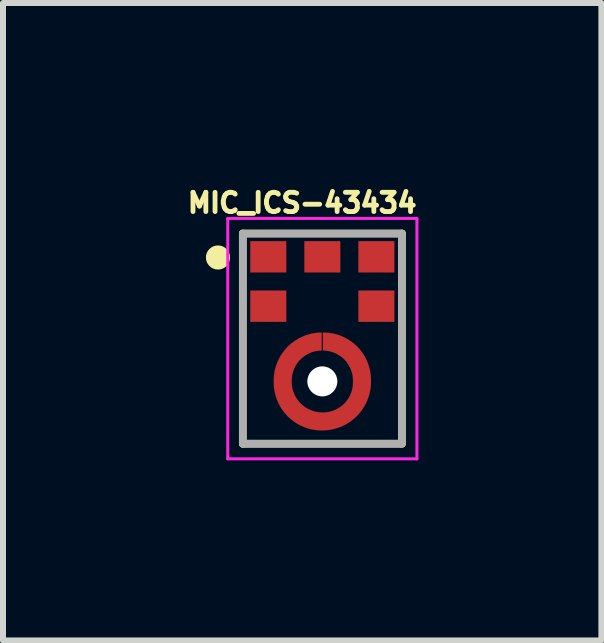
<source format=kicad_pcb>
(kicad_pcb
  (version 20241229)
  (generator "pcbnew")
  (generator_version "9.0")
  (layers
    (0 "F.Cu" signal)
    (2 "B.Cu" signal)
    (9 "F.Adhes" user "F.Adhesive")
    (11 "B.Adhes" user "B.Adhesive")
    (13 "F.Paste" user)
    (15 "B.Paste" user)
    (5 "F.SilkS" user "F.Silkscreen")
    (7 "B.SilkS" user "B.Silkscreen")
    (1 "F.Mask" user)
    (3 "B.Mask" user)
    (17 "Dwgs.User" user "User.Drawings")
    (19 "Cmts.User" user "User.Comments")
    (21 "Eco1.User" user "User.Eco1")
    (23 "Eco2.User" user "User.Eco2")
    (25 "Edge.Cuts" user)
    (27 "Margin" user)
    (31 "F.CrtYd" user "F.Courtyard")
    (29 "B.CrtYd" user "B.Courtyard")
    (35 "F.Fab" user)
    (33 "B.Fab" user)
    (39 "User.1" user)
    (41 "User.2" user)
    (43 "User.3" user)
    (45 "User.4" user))
  (footprint "MIC_ICS-43434"
    (layer "F.Cu")
    (at 2.318 2.588)
    (property "Reference" "MIC_ICS-43434" (at -0.335 -2.259 0) (layer "F.SilkS") (effects (font (size 0.321 0.321) (thickness 0.15))))
    (attr through_hole)
    (fp_poly (pts (xy -0.01 -0.1) (xy -0.01 0.2) (xy -0.036 0.201) (xy -0.062 0.203) (xy -0.088 0.206) (xy -0.114 0.211) (xy -0.139 0.217) (xy -0.165 0.224) (xy -0.189 0.233) (xy -0.213 0.243) (xy -0.237 0.254) (xy -0.26 0.267) (xy -0.282 0.281) (xy -0.304 0.295) (xy -0.325 0.311) (xy -0.345 0.328) (xy -0.364 0.346) (xy -0.382 0.365) (xy -0.399 0.385) (xy -0.415 0.406) (xy -0.429 0.428) (xy -0.443 0.45) (xy -0.456 0.473) (xy -0.467 0.497) (xy -0.477 0.521) (xy -0.486 0.545) (xy -0.493 0.571) (xy -0.499 0.596) (xy -0.504 0.622) (xy -0.507 0.648) (xy -0.509 0.674) (xy -0.51 0.7) (xy -0.51 0.72) (xy -0.509 0.747) (xy -0.507 0.773) (xy -0.504 0.8) (xy -0.499 0.826) (xy -0.493 0.852) (xy -0.485 0.878) (xy -0.476 0.903) (xy -0.466 0.927) (xy -0.454 0.952) (xy -0.442 0.975) (xy -0.428 0.998) (xy -0.413 1.02) (xy -0.396 1.041) (xy -0.379 1.061) (xy -0.361 1.081) (xy -0.341 1.099) (xy -0.321 1.116) (xy -0.3 1.133) (xy -0.278 1.148) (xy -0.255 1.162) (xy -0.232 1.174) (xy -0.207 1.186) (xy -0.183 1.196) (xy -0.158 1.205) (xy -0.132 1.213) (xy -0.106 1.219) (xy -0.08 1.224) (xy -0.053 1.227) (xy -0.027 1.229) (xy 0 1.23) (xy 0.01 1.23) (xy 0.036 1.229) (xy 0.062 1.227) (xy 0.088 1.224) (xy 0.114 1.219) (xy 0.139 1.213) (xy 0.165 1.206) (xy 0.189 1.197) (xy 0.213 1.187) (xy 0.237 1.176) (xy 0.26 1.163) (xy 0.282 1.149) (xy 0.304 1.135) (xy 0.325 1.119) (xy 0.345 1.102) (xy 0.364 1.084) (xy 0.382 1.065) (xy 0.399 1.045) (xy 0.415 1.024) (xy 0.429 1.002) (xy 0.443 0.98) (xy 0.456 0.957) (xy 0.467 0.933) (xy 0.477 0.909) (xy 0.486 0.885) (xy 0.493 0.859) (xy 0.499 0.834) (xy 0.504 0.808) (xy 0.507 0.782) (xy 0.509 0.756) (xy 0.51 0.73) (xy 0.51 0.7) (xy 0.509 0.674) (xy 0.507 0.648) (xy 0.504 0.622) (xy 0.499 0.596) (xy 0.493 0.571) (xy 0.486 0.545) (xy 0.477 0.521) (xy 0.467 0.497) (xy 0.456 0.473) (xy 0.443 0.45) (xy 0.429 0.428) (xy 0.415 0.406) (xy 0.399 0.385) (xy 0.382 0.365) (xy 0.364 0.346) (xy 0.345 0.328) (xy 0.325 0.311) (xy 0.304 0.295) (xy 0.282 0.281) (xy 0.26 0.267) (xy 0.237 0.254) (xy 0.213 0.243) (xy 0.189 0.233) (xy 0.165 0.224) (xy 0.139 0.217) (xy 0.114 0.211) (xy 0.088 0.206) (xy 0.062 0.203) (xy 0.036 0.201) (xy 0.01 0.2) (xy 0.01 -0.1) (xy 0.02 -0.1) (xy 0.061 -0.099) (xy 0.103 -0.096) (xy 0.144 -0.09) (xy 0.184 -0.083) (xy 0.224 -0.073) (xy 0.264 -0.061) (xy 0.303 -0.048) (xy 0.341 -0.032) (xy 0.379 -0.014) (xy 0.415 0.006) (xy 0.45 0.027) (xy 0.484 0.051) (xy 0.517 0.076) (xy 0.549 0.103) (xy 0.579 0.131) (xy 0.607 0.161) (xy 0.634 0.193) (xy 0.659 0.226) (xy 0.683 0.26) (xy 0.704 0.295) (xy 0.724 0.331) (xy 0.742 0.369) (xy 0.758 0.407) (xy 0.771 0.446) (xy 0.783 0.486) (xy 0.793 0.526) (xy 0.8 0.566) (xy 0.806 0.607) (xy 0.809 0.649) (xy 0.81 0.69) (xy 0.81 0.72) (xy 0.809 0.762) (xy 0.806 0.805) (xy 0.8 0.847) (xy 0.792 0.888) (xy 0.782 0.93) (xy 0.77 0.97) (xy 0.756 1.01) (xy 0.74 1.049) (xy 0.722 1.088) (xy 0.701 1.125) (xy 0.679 1.161) (xy 0.655 1.196) (xy 0.629 1.23) (xy 0.602 1.262) (xy 0.573 1.293) (xy 0.542 1.322) (xy 0.51 1.349) (xy 0.476 1.375) (xy 0.441 1.399) (xy 0.405 1.421) (xy 0.368 1.442) (xy 0.329 1.46) (xy 0.29 1.476) (xy 0.25 1.49) (xy 0.21 1.502) (xy 0.168 1.512) (xy 0.127 1.52) (xy 0.085 1.526) (xy 0.042 1.529) (xy 0 1.53) (xy -0.01 1.53) (xy -0.052 1.529) (xy -0.094 1.526) (xy -0.135 1.52) (xy -0.176 1.513) (xy -0.217 1.503) (xy -0.257 1.491) (xy -0.297 1.477) (xy -0.335 1.461) (xy -0.373 1.443) (xy -0.41 1.423) (xy -0.446 1.401) (xy -0.48 1.377) (xy -0.513 1.352) (xy -0.545 1.325) (xy -0.576 1.296) (xy -0.605 1.265) (xy -0.632 1.233) (xy -0.657 1.2) (xy -0.681 1.166) (xy -0.703 1.13) (xy -0.723 1.093) (xy -0.741 1.055) (xy -0.757 1.017) (xy -0.771 0.977) (xy -0.783 0.937) (xy -0.793 0.896) (xy -0.8 0.855) (xy -0.806 0.814) (xy -0.809 0.772) (xy -0.81 0.73) (xy -0.81 0.7) (xy -0.809 0.658) (xy -0.806 0.616) (xy -0.8 0.575) (xy -0.793 0.534) (xy -0.783 0.493) (xy -0.771 0.453) (xy -0.757 0.413) (xy -0.741 0.375) (xy -0.723 0.337) (xy -0.703 0.3) (xy -0.681 0.264) (xy -0.657 0.23) (xy -0.632 0.197) (xy -0.605 0.165) (xy -0.576 0.134) (xy -0.545 0.105) (xy -0.513 0.078) (xy -0.48 0.053) (xy -0.446 0.029) (xy -0.41 0.007) (xy -0.373 -0.013) (xy -0.335 -0.031) (xy -0.297 -0.047) (xy -0.257 -0.061) (xy -0.217 -0.073) (xy -0.176 -0.083) (xy -0.135 -0.09) (xy -0.094 -0.096) (xy -0.052 -0.099) (xy -0.01 -0.1)) (stroke (width 0.001) (type solid)) (fill yes) (layer "F.Cu"))
    (fp_circle (center 0 0.713) (end 0.665 0.713) (stroke (width 0.5) (type solid)) (fill no) (layer "F.Mask"))
    (fp_line (start -1.325 -1.75) (end -1.325 1.75) (stroke (width 0.127) (type solid)) (layer "F.SilkS"))
    (fp_line (start -1.325 1.75) (end 1.325 1.75) (stroke (width 0.127) (type solid)) (layer "F.SilkS"))
    (fp_line (start 1.325 -1.75) (end -1.325 -1.75) (stroke (width 0.127) (type solid)) (layer "F.SilkS"))
    (fp_line (start 1.325 1.75) (end 1.325 -1.75) (stroke (width 0.127) (type solid)) (layer "F.SilkS"))
    (fp_circle (center -1.738 -1.35) (end -1.637 -1.35) (stroke (width 0.2) (type solid)) (fill no) (layer "F.SilkS"))
    (fp_poly (pts (xy -0.65 -1.572) (xy -0.65 -1.15) (xy -1.15 -1.15) (xy -1.15 -1.572)) (stroke (width 0.001) (type solid)) (fill yes) (layer "F.Paste"))
    (fp_poly (pts (xy -0.65 -0.75) (xy -0.65 -0.328) (xy -1.15 -0.328) (xy -1.15 -0.75)) (stroke (width 0.001) (type solid)) (fill yes) (layer "F.Paste"))
    (fp_poly (pts (xy 0.25 -1.572) (xy 0.25 -1.15) (xy -0.25 -1.15) (xy -0.25 -1.572)) (stroke (width 0.001) (type solid)) (fill yes) (layer "F.Paste"))
    (fp_poly (pts (xy 1.15 -1.572) (xy 1.15 -1.15) (xy 0.65 -1.15) (xy 0.65 -1.572)) (stroke (width 0.001) (type solid)) (fill yes) (layer "F.Paste"))
    (fp_poly (pts (xy 1.15 -0.75) (xy 1.15 -0.328) (xy 0.65 -0.328) (xy 0.65 -0.75)) (stroke (width 0.001) (type solid)) (fill yes) (layer "F.Paste"))
    (fp_poly (pts (xy -0.51 0.663) (xy -0.508 0.642) (xy -0.504 0.618) (xy -0.499 0.595) (xy -0.493 0.572) (xy -0.486 0.55) (xy -0.478 0.527) (xy -0.469 0.505) (xy -0.459 0.484) (xy -0.448 0.463) (xy -0.436 0.443) (xy -0.423 0.423) (xy -0.41 0.403) (xy -0.395 0.385) (xy -0.379 0.367) (xy -0.363 0.35) (xy -0.346 0.334) (xy -0.328 0.318) (xy -0.31 0.303) (xy -0.29 0.29) (xy -0.27 0.277) (xy -0.25 0.265) (xy -0.229 0.254) (xy -0.208 0.244) (xy -0.186 0.235) (xy -0.163 0.227) (xy -0.141 0.22) (xy -0.118 0.214) (xy -0.095 0.209) (xy -0.071 0.205) (xy -0.05 0.203) (xy -0.05 -0.097) (xy -0.089 -0.094) (xy -0.127 -0.089) (xy -0.166 -0.082) (xy -0.204 -0.074) (xy -0.242 -0.063) (xy -0.28 -0.051) (xy -0.316 -0.036) (xy -0.352 -0.02) (xy -0.387 -0.003) (xy -0.421 0.017) (xy -0.454 0.038) (xy -0.487 0.06) (xy -0.518 0.085) (xy -0.547 0.11) (xy -0.576 0.137) (xy -0.603 0.166) (xy -0.628 0.195) (xy -0.653 0.226) (xy -0.675 0.259) (xy -0.696 0.292) (xy -0.716 0.326) (xy -0.733 0.361) (xy -0.749 0.397) (xy -0.764 0.433) (xy -0.776 0.471) (xy -0.787 0.509) (xy -0.795 0.547) (xy -0.802 0.586) (xy -0.807 0.624) (xy -0.81 0.663) (xy -0.51 0.663)) (stroke (width 0.001) (type solid)) (fill yes) (layer "F.Paste"))
    (fp_poly (pts (xy -0.05 1.223) (xy -0.071 1.221) (xy -0.095 1.217) (xy -0.118 1.212) (xy -0.141 1.206) (xy -0.163 1.199) (xy -0.186 1.191) (xy -0.208 1.182) (xy -0.229 1.172) (xy -0.25 1.161) (xy -0.27 1.149) (xy -0.29 1.136) (xy -0.31 1.123) (xy -0.328 1.108) (xy -0.346 1.092) (xy -0.363 1.076) (xy -0.379 1.059) (xy -0.395 1.041) (xy -0.41 1.023) (xy -0.423 1.003) (xy -0.436 0.983) (xy -0.448 0.963) (xy -0.459 0.942) (xy -0.469 0.921) (xy -0.478 0.899) (xy -0.486 0.876) (xy -0.493 0.854) (xy -0.499 0.831) (xy -0.504 0.808) (xy -0.508 0.784) (xy -0.51 0.763) (xy -0.81 0.763) (xy -0.807 0.802) (xy -0.802 0.84) (xy -0.795 0.879) (xy -0.787 0.917) (xy -0.776 0.955) (xy -0.764 0.993) (xy -0.749 1.029) (xy -0.733 1.065) (xy -0.716 1.1) (xy -0.696 1.134) (xy -0.675 1.167) (xy -0.653 1.2) (xy -0.628 1.231) (xy -0.603 1.26) (xy -0.576 1.289) (xy -0.547 1.316) (xy -0.518 1.341) (xy -0.487 1.366) (xy -0.454 1.388) (xy -0.421 1.409) (xy -0.387 1.429) (xy -0.352 1.446) (xy -0.316 1.462) (xy -0.28 1.477) (xy -0.242 1.489) (xy -0.204 1.5) (xy -0.166 1.508) (xy -0.127 1.515) (xy -0.089 1.52) (xy -0.05 1.523) (xy -0.05 1.223)) (stroke (width 0.001) (type solid)) (fill yes) (layer "F.Paste"))
    (fp_poly (pts (xy 0.05 0.203) (xy 0.071 0.205) (xy 0.095 0.209) (xy 0.118 0.214) (xy 0.141 0.22) (xy 0.163 0.227) (xy 0.186 0.235) (xy 0.208 0.244) (xy 0.229 0.254) (xy 0.25 0.265) (xy 0.27 0.277) (xy 0.29 0.29) (xy 0.31 0.303) (xy 0.328 0.318) (xy 0.346 0.334) (xy 0.363 0.35) (xy 0.379 0.367) (xy 0.395 0.385) (xy 0.41 0.403) (xy 0.423 0.423) (xy 0.436 0.443) (xy 0.448 0.463) (xy 0.459 0.484) (xy 0.469 0.505) (xy 0.478 0.527) (xy 0.486 0.55) (xy 0.493 0.572) (xy 0.499 0.595) (xy 0.504 0.618) (xy 0.508 0.642) (xy 0.51 0.663) (xy 0.81 0.663) (xy 0.807 0.624) (xy 0.802 0.586) (xy 0.795 0.547) (xy 0.787 0.509) (xy 0.776 0.471) (xy 0.764 0.433) (xy 0.749 0.397) (xy 0.733 0.361) (xy 0.716 0.326) (xy 0.696 0.292) (xy 0.675 0.259) (xy 0.653 0.226) (xy 0.628 0.195) (xy 0.603 0.166) (xy 0.576 0.137) (xy 0.547 0.11) (xy 0.518 0.085) (xy 0.487 0.06) (xy 0.454 0.038) (xy 0.421 0.017) (xy 0.387 -0.003) (xy 0.352 -0.02) (xy 0.316 -0.036) (xy 0.28 -0.051) (xy 0.242 -0.063) (xy 0.204 -0.074) (xy 0.166 -0.082) (xy 0.127 -0.089) (xy 0.089 -0.094) (xy 0.05 -0.097) (xy 0.05 0.203)) (stroke (width 0.001) (type solid)) (fill yes) (layer "F.Paste"))
    (fp_poly (pts (xy 0.51 0.763) (xy 0.508 0.784) (xy 0.504 0.808) (xy 0.499 0.831) (xy 0.493 0.854) (xy 0.486 0.876) (xy 0.478 0.899) (xy 0.469 0.921) (xy 0.459 0.942) (xy 0.448 0.963) (xy 0.436 0.983) (xy 0.423 1.003) (xy 0.41 1.023) (xy 0.395 1.041) (xy 0.379 1.059) (xy 0.363 1.076) (xy 0.346 1.092) (xy 0.328 1.108) (xy 0.31 1.123) (xy 0.29 1.136) (xy 0.27 1.149) (xy 0.25 1.161) (xy 0.229 1.172) (xy 0.208 1.182) (xy 0.186 1.191) (xy 0.163 1.199) (xy 0.141 1.206) (xy 0.118 1.212) (xy 0.095 1.217) (xy 0.071 1.221) (xy 0.05 1.223) (xy 0.05 1.523) (xy 0.089 1.52) (xy 0.127 1.515) (xy 0.166 1.508) (xy 0.204 1.5) (xy 0.242 1.489) (xy 0.28 1.477) (xy 0.316 1.462) (xy 0.352 1.446) (xy 0.387 1.429) (xy 0.421 1.409) (xy 0.454 1.388) (xy 0.487 1.366) (xy 0.518 1.341) (xy 0.547 1.316) (xy 0.576 1.289) (xy 0.603 1.26) (xy 0.628 1.231) (xy 0.653 1.2) (xy 0.675 1.167) (xy 0.696 1.134) (xy 0.716 1.1) (xy 0.733 1.065) (xy 0.749 1.029) (xy 0.764 0.993) (xy 0.776 0.955) (xy 0.787 0.917) (xy 0.795 0.879) (xy 0.802 0.84) (xy 0.807 0.802) (xy 0.81 0.763) (xy 0.51 0.763)) (stroke (width 0.001) (type solid)) (fill yes) (layer "F.Paste"))
    (fp_line (start -1.575 -2) (end 1.575 -2) (stroke (width 0.05) (type solid)) (layer "F.CrtYd"))
    (fp_line (start -1.575 2.003) (end -1.575 -2) (stroke (width 0.05) (type solid)) (layer "F.CrtYd"))
    (fp_line (start 1.575 -2) (end 1.575 2.003) (stroke (width 0.05) (type solid)) (layer "F.CrtYd"))
    (fp_line (start 1.575 2.003) (end -1.575 2.003) (stroke (width 0.05) (type solid)) (layer "F.CrtYd"))
    (fp_line (start -1.325 -1.747) (end 1.325 -1.747) (stroke (width 0.127) (type solid)) (layer "F.Fab"))
    (fp_line (start -1.325 1.753) (end -1.325 -1.747) (stroke (width 0.127) (type solid)) (layer "F.Fab"))
    (fp_line (start 1.325 -1.747) (end 1.325 1.753) (stroke (width 0.127) (type solid)) (layer "F.Fab"))
    (fp_line (start 1.325 1.753) (end -1.325 1.753) (stroke (width 0.127) (type solid)) (layer "F.Fab"))
    (pad "" np_thru_hole circle (at 0 0.713) (size 0.5 0.5) (drill 0.5) (layers "*.Cu" "*.Mask"))
    (pad "1" smd rect (at -0.9 -1.361) (size 0.6 0.522) (layers "F.Cu" "F.Mask"))
    (pad "2" smd rect (at -0.9 -0.539) (size 0.6 0.522) (layers "F.Cu" "F.Mask"))
    (pad "3" smd rect (at -0.015 1.383) (size 0.1 0.1) (layers "F.Cu"))
    (pad "4" smd rect (at 0.9 -0.539) (size 0.6 0.522) (layers "F.Cu" "F.Mask"))
    (pad "5" smd rect (at 0.9 -1.361) (size 0.6 0.522) (layers "F.Cu" "F.Mask"))
    (pad "6" smd rect (at 0 -1.361) (size 0.6 0.522) (layers "F.Cu" "F.Mask")))
  (gr_rect
    (start -3 -3)
    (end 6.965 7.616)
    (stroke (width 0.1) (type default))
    (fill no)
    (layer "Edge.Cuts")))
</source>
